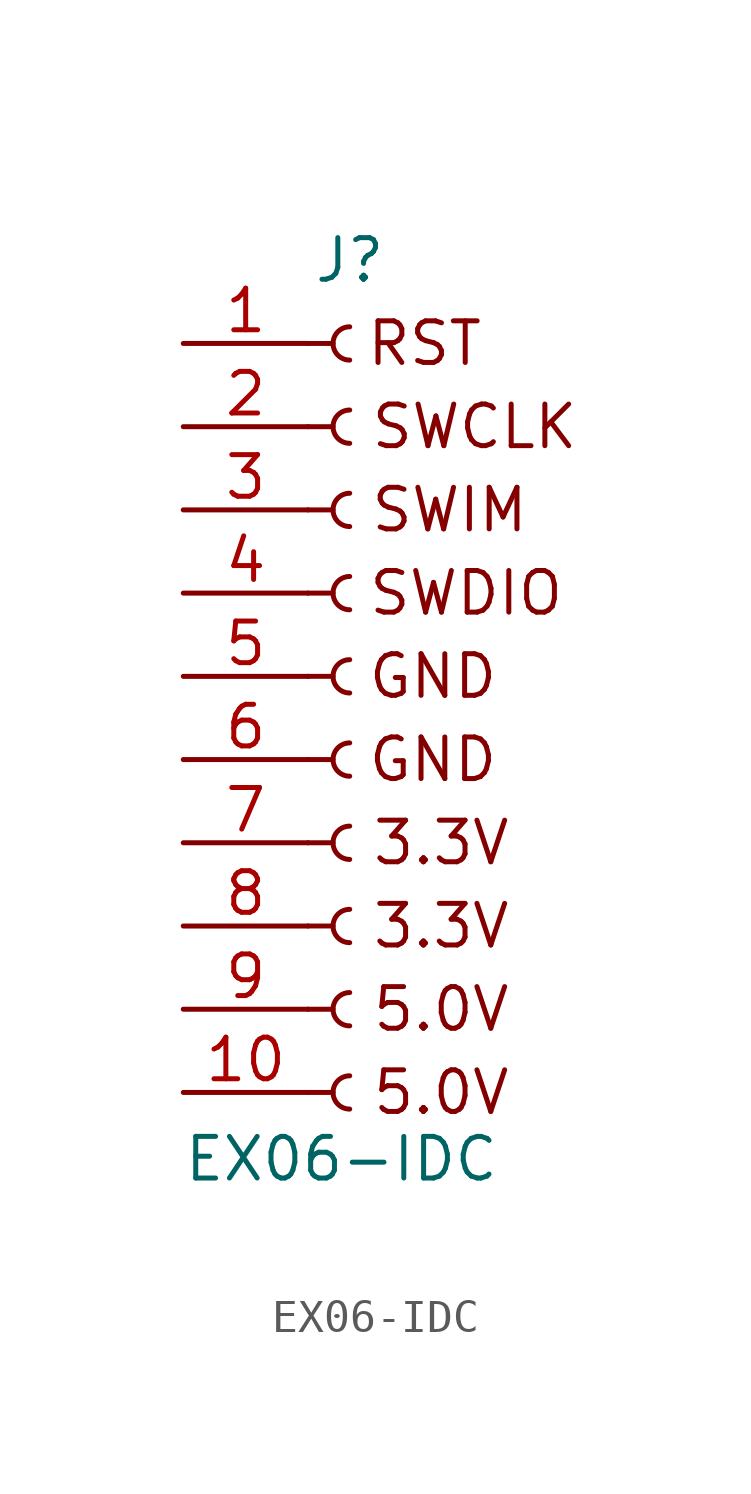
<source format=kicad_sym>
(kicad_symbol_lib
  (version 20241209)
  (generator "kicad_symbol_editor")
  (generator_version "9.0")
  (symbol "EX06-IDC"
    (pin_names
      (offset 1.016)
      (hide yes))
    (property "Reference" "J"
      (at 0 7.62 0)
      (effects (font (size 1.27 1.27))))
    (property "Value" "EX06-IDC"
      (at -0.254 -19.812 0)
      (effects (font (size 1.27 1.27))))
    (symbol "EX06-IDC_1_1"
      (polyline (pts (xy -1.27 5.08) (xy -0.508 5.08)) (stroke (width 0.152) (type default)) (fill (type none)))
      (polyline (pts (xy -1.27 2.54) (xy -0.508 2.54)) (stroke (width 0.152) (type default)) (fill (type none)))
      (polyline (pts (xy -1.27 0) (xy -0.508 0)) (stroke (width 0.152) (type default)) (fill (type none)))
      (polyline (pts (xy -1.27 -2.54) (xy -0.508 -2.54)) (stroke (width 0.152) (type default)) (fill (type none)))
      (polyline (pts (xy -1.27 -5.08) (xy -0.508 -5.08)) (stroke (width 0.152) (type default)) (fill (type none)))
      (polyline (pts (xy -1.27 -7.62) (xy -0.508 -7.62)) (stroke (width 0.152) (type default)) (fill (type none)))
      (polyline (pts (xy -1.27 -10.16) (xy -0.508 -10.16)) (stroke (width 0.152) (type default)) (fill (type none)))
      (polyline (pts (xy -1.27 -12.7) (xy -0.508 -12.7)) (stroke (width 0.152) (type default)) (fill (type none)))
      (polyline (pts (xy -1.27 -15.24) (xy -0.508 -15.24)) (stroke (width 0.152) (type default)) (fill (type none)))
      (polyline (pts (xy -1.27 -17.78) (xy -0.508 -17.78)) (stroke (width 0.152) (type default)) (fill (type none)))
      (arc (start 0 4.572) (mid -0.5058 5.08) (end 0 5.588) (stroke (width 0.1524) (type default)) (fill (type none)))
      (arc (start 0 2.032) (mid -0.5058 2.54) (end 0 3.048) (stroke (width 0.1524) (type default)) (fill (type none)))
      (arc (start 0 -0.508) (mid -0.5058 0) (end 0 0.508) (stroke (width 0.1524) (type default)) (fill (type none)))
      (arc (start 0 -3.048) (mid -0.5058 -2.54) (end 0 -2.032) (stroke (width 0.1524) (type default)) (fill (type none)))
      (arc (start 0 -5.588) (mid -0.5058 -5.08) (end 0 -4.572) (stroke (width 0.1524) (type default)) (fill (type none)))
      (arc (start 0 -8.128) (mid -0.5058 -7.62) (end 0 -7.112) (stroke (width 0.1524) (type default)) (fill (type none)))
      (arc (start 0 -10.668) (mid -0.5058 -10.16) (end 0 -9.652) (stroke (width 0.1524) (type default)) (fill (type none)))
      (arc (start 0 -13.208) (mid -0.5058 -12.7) (end 0 -12.192) (stroke (width 0.1524) (type default)) (fill (type none)))
      (arc (start 0 -15.748) (mid -0.5058 -15.24) (end 0 -14.732) (stroke (width 0.1524) (type default)) (fill (type none)))
      (arc (start 0 -18.288) (mid -0.5058 -17.78) (end 0 -17.272) (stroke (width 0.1524) (type default)) (fill (type none)))
      (text "RST" (at 2.286 5.08 0) (effects (font (size 1.27 1.27))))
      (text "GND" (at 2.54 -5.08 0) (effects (font (size 1.27 1.27))))
      (text "GND" (at 2.54 -7.62 0) (effects (font (size 1.27 1.27))))
      (text "3.3V" (at 2.794 -10.16 0) (effects (font (size 1.27 1.27))))
      (text "3.3V" (at 2.794 -12.7 0) (effects (font (size 1.27 1.27))))
      (text "5.0V" (at 2.794 -15.24 0) (effects (font (size 1.27 1.27))))
      (text "5.0V" (at 2.794 -17.78 0) (effects (font (size 1.27 1.27))))
      (text "SWIM" (at 3.048 0 0) (effects (font (size 1.27 1.27))))
      (text "SWDIO" (at 3.556 -2.54 0) (effects (font (size 1.27 1.27))))
      (text "SWCLK" (at 3.81 2.54 0) (effects (font (size 1.27 1.27))))
      (pin passive line (at -5.08 5.08 0) (length 3.81) (name "Pin_1" (effects (font (size 1.27 1.27)))) (number "1" (effects (font (size 1.27 1.27)))))
      (pin passive line (at -5.08 2.54 0) (length 3.81) (name "Pin_2" (effects (font (size 1.27 1.27)))) (number "2" (effects (font (size 1.27 1.27)))))
      (pin passive line (at -5.08 0 0) (length 3.81) (name "Pin_3" (effects (font (size 1.27 1.27)))) (number "3" (effects (font (size 1.27 1.27)))))
      (pin passive line (at -5.08 -2.54 0) (length 3.81) (name "Pin_4" (effects (font (size 1.27 1.27)))) (number "4" (effects (font (size 1.27 1.27)))))
      (pin passive line (at -5.08 -5.08 0) (length 3.81) (name "Pin_5" (effects (font (size 1.27 1.27)))) (number "5" (effects (font (size 1.27 1.27)))))
      (pin passive line (at -5.08 -7.62 0) (length 3.81) (name "Pin_6" (effects (font (size 1.27 1.27)))) (number "6" (effects (font (size 1.27 1.27)))))
      (pin passive line (at -5.08 -10.16 0) (length 3.81) (name "Pin_7" (effects (font (size 1.27 1.27)))) (number "7" (effects (font (size 1.27 1.27)))))
      (pin passive line (at -5.08 -12.7 0) (length 3.81) (name "8" (effects (font (size 1.27 1.27)))) (number "8" (effects (font (size 1.27 1.27)))))
      (pin passive line (at -5.08 -15.24 0) (length 3.81) (name "9" (effects (font (size 1.27 1.27)))) (number "9" (effects (font (size 1.27 1.27)))))
      (pin passive line (at -5.08 -17.78 0) (length 3.81) (name "10" (effects (font (size 1.27 1.27)))) (number "10" (effects (font (size 1.27 1.27))))))))
</source>
